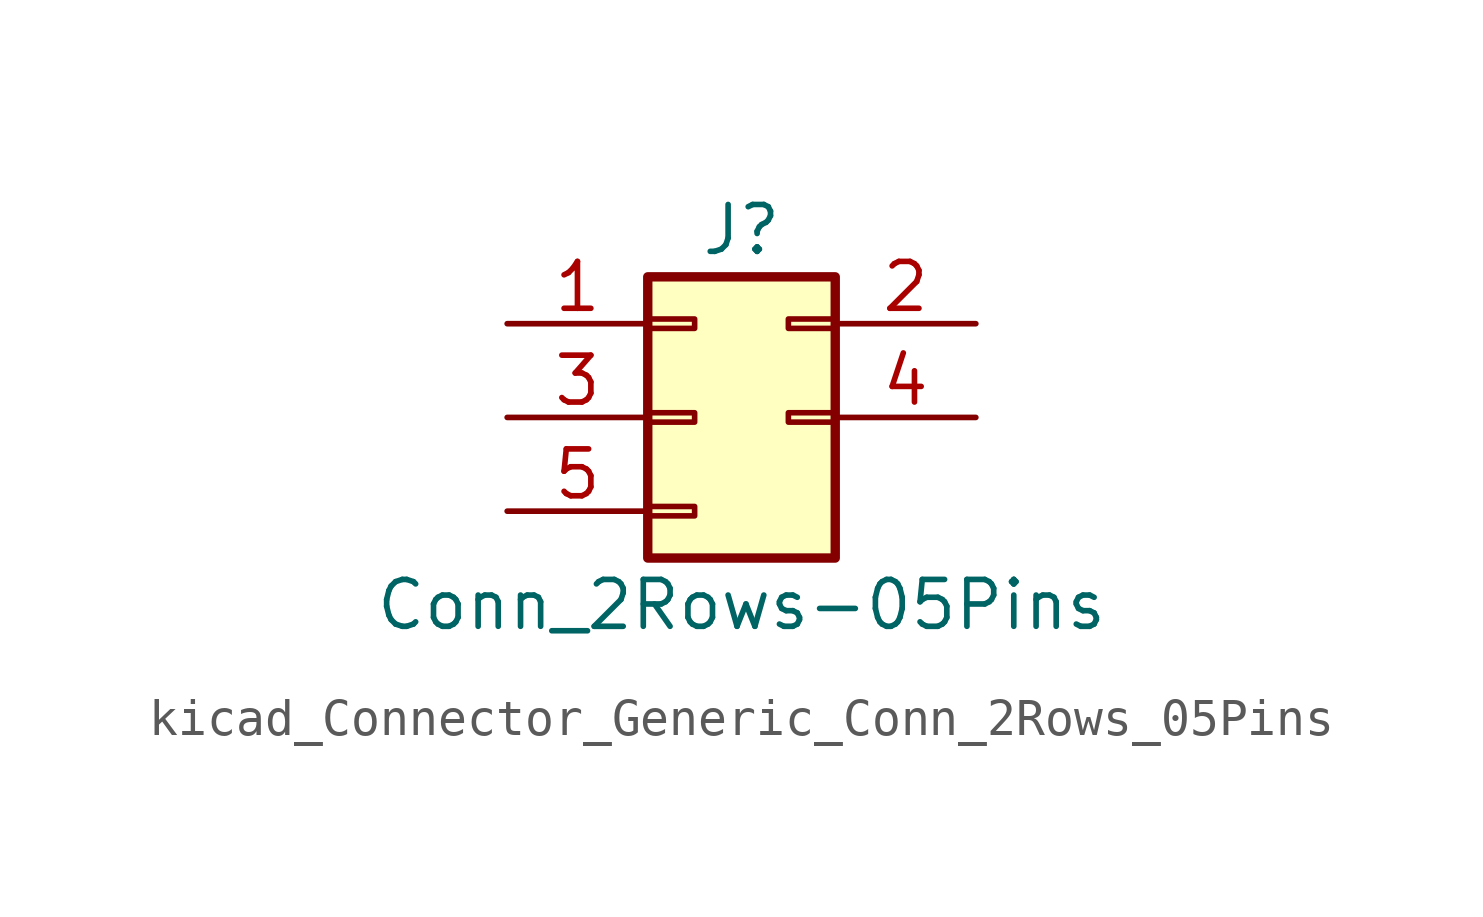
<source format=kicad_sym>
(kicad_symbol_lib
  (version 20220914)
  (generator kicad_symbol_editor)
  (symbol "kicad_Connector_Generic_Conn_2Rows_05Pins"
    (pin_names
      (offset 1.016) hide)
    (property "Reference" "J"
      (at 1.27 5.08 0)
      (effects (font (size 1.27 1.27))))
    (property "Value" "Conn_2Rows-05Pins"
      (at 1.27 -5.08 0)
      (effects (font (size 1.27 1.27))))
    (symbol "kicad_Connector_Generic_Conn_2Rows_05Pins_1_1"
      (rectangle (start -1.27 -2.413) (end 0 -2.667) (stroke (width 0.152) (type default)) (fill (type none)))
      (rectangle (start -1.27 0.127) (end 0 -0.127) (stroke (width 0.152) (type default)) (fill (type none)))
      (rectangle (start -1.27 2.667) (end 0 2.413) (stroke (width 0.152) (type default)) (fill (type none)))
      (rectangle (start -1.27 3.81) (end 3.81 -3.81) (stroke (width 0.254) (type default)) (fill (type background)))
      (rectangle (start 3.81 0.127) (end 2.54 -0.127) (stroke (width 0.152) (type default)) (fill (type none)))
      (rectangle (start 3.81 2.667) (end 2.54 2.413) (stroke (width 0.152) (type default)) (fill (type none)))
      (pin passive line (at -5.08 2.54 0) (length 3.81) (name "Pin_1" (effects (font (size 1.27 1.27)))) (number "1" (effects (font (size 1.27 1.27)))))
      (pin passive line (at 7.62 2.54 180) (length 3.81) (name "Pin_2" (effects (font (size 1.27 1.27)))) (number "2" (effects (font (size 1.27 1.27)))))
      (pin passive line (at -5.08 0 0) (length 3.81) (name "Pin_3" (effects (font (size 1.27 1.27)))) (number "3" (effects (font (size 1.27 1.27)))))
      (pin passive line (at 7.62 0 180) (length 3.81) (name "Pin_4" (effects (font (size 1.27 1.27)))) (number "4" (effects (font (size 1.27 1.27)))))
      (pin passive line (at -5.08 -2.54 0) (length 3.81) (name "Pin_5" (effects (font (size 1.27 1.27)))) (number "5" (effects (font (size 1.27 1.27))))))))
</source>
